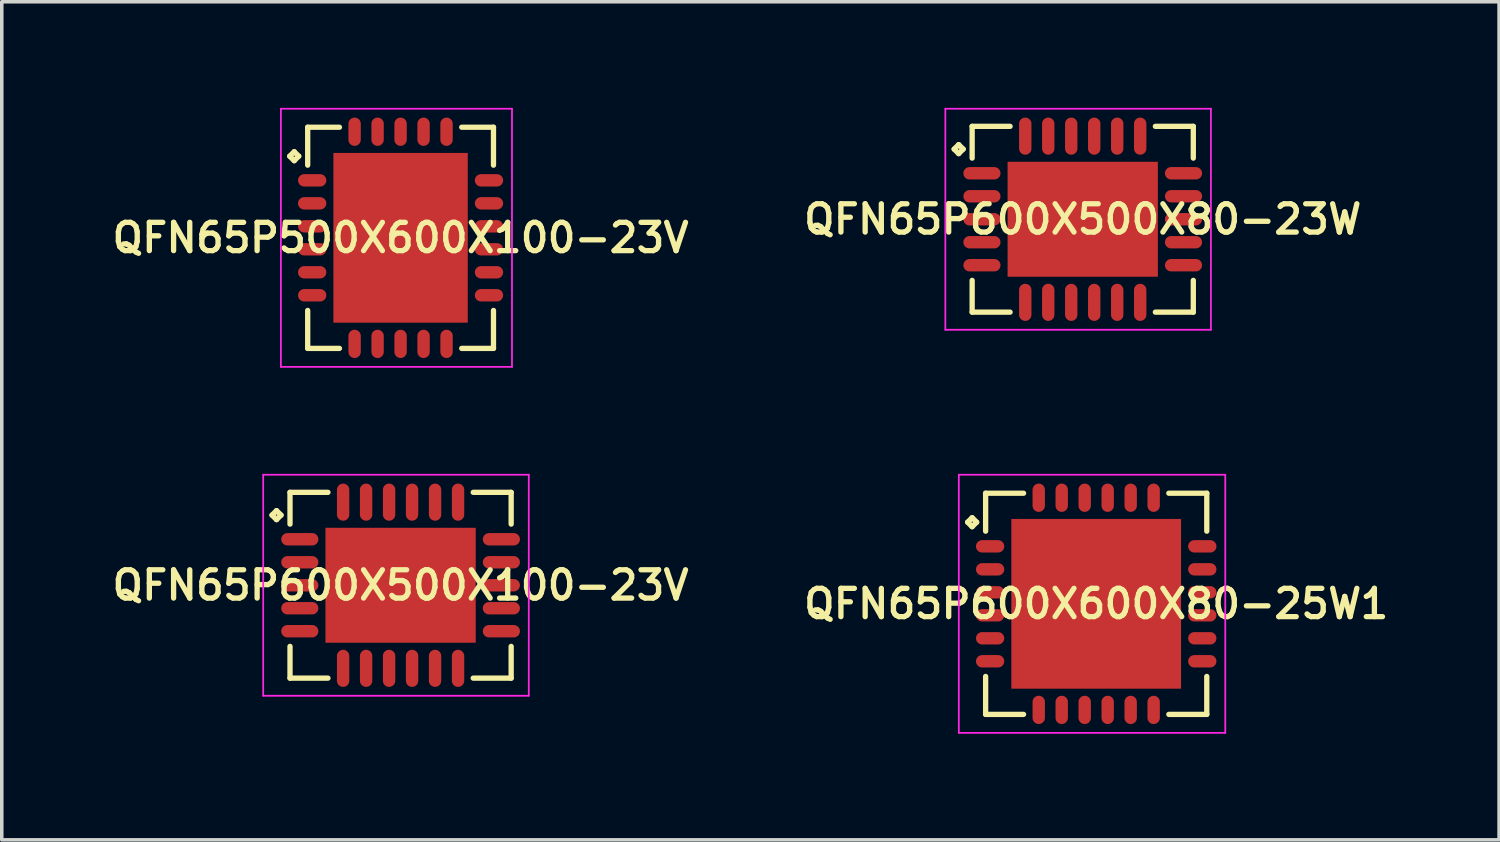
<source format=kicad_pcb>
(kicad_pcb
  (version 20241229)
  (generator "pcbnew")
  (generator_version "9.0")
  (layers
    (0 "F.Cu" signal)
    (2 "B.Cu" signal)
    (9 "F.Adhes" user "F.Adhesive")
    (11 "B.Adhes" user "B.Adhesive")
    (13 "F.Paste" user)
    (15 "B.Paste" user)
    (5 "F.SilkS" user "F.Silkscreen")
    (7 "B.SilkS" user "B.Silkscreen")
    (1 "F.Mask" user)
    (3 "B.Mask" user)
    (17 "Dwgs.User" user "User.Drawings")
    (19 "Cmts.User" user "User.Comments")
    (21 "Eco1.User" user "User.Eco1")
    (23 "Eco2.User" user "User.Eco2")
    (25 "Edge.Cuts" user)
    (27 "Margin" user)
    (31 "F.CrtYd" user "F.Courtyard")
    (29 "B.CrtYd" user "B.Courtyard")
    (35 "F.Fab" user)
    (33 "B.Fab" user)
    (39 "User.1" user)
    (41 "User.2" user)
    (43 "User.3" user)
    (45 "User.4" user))
  (footprint "QFN65P600X600X80-25W1"
    (layer "F.Cu")
    (at 27.949 14.025)
    (property "Reference" "QFN65P600X600X80-25W1" (at 0 0 0) (layer "F.SilkS") (effects (font (size 0.8 0.8) (thickness 0.15))))
    (attr smd)
    (fp_line (start -3.635 -2.308) (end -3.508 -2.435) (stroke (width 0.15) (type solid)) (layer "F.SilkS"))
    (fp_line (start -3.508 -2.435) (end -3.381 -2.308) (stroke (width 0.15) (type solid)) (layer "F.SilkS"))
    (fp_line (start -3.508 -2.181) (end -3.635 -2.308) (stroke (width 0.15) (type solid)) (layer "F.SilkS"))
    (fp_line (start -3.381 -2.308) (end -3.508 -2.181) (stroke (width 0.15) (type solid)) (layer "F.SilkS"))
    (fp_line (start -3.127 -3.127) (end -2.054 -3.127) (stroke (width 0.15) (type solid)) (layer "F.SilkS"))
    (fp_line (start -3.127 -2.054) (end -3.127 -3.127) (stroke (width 0.15) (type solid)) (layer "F.SilkS"))
    (fp_line (start -3.127 2.054) (end -3.127 3.127) (stroke (width 0.15) (type solid)) (layer "F.SilkS"))
    (fp_line (start -3.127 3.127) (end -2.054 3.127) (stroke (width 0.15) (type solid)) (layer "F.SilkS"))
    (fp_line (start 2.054 -3.127) (end 3.127 -3.127) (stroke (width 0.15) (type solid)) (layer "F.SilkS"))
    (fp_line (start 2.054 3.127) (end 3.127 3.127) (stroke (width 0.15) (type solid)) (layer "F.SilkS"))
    (fp_line (start 3.127 -3.127) (end 3.127 -2.054) (stroke (width 0.15) (type solid)) (layer "F.SilkS"))
    (fp_line (start 3.127 3.127) (end 3.127 2.054) (stroke (width 0.15) (type solid)) (layer "F.SilkS"))
    (fp_line (start -3.885 -3.65) (end 3.65 -3.65) (stroke (width 0.05) (type solid)) (layer "F.CrtYd"))
    (fp_line (start -3.885 3.65) (end -3.885 -3.65) (stroke (width 0.05) (type solid)) (layer "F.CrtYd"))
    (fp_line (start 3.65 -3.65) (end 3.65 3.65) (stroke (width 0.05) (type solid)) (layer "F.CrtYd"))
    (fp_line (start 3.65 3.65) (end -3.885 3.65) (stroke (width 0.05) (type solid)) (layer "F.CrtYd"))
    (pad "1" smd oval (at -3 -1.625) (size 0.8 0.35) (layers "F.Cu" "F.Mask" "F.Paste"))
    (pad "2" smd oval (at -3 -0.975) (size 0.8 0.35) (layers "F.Cu" "F.Mask" "F.Paste"))
    (pad "3" smd oval (at -3 -0.325) (size 0.8 0.35) (layers "F.Cu" "F.Mask" "F.Paste"))
    (pad "4" smd oval (at -3 0.325) (size 0.8 0.35) (layers "F.Cu" "F.Mask" "F.Paste"))
    (pad "5" smd oval (at -3 0.975) (size 0.8 0.35) (layers "F.Cu" "F.Mask" "F.Paste"))
    (pad "6" smd oval (at -3 1.625) (size 0.8 0.35) (layers "F.Cu" "F.Mask" "F.Paste"))
    (pad "7" smd oval (at -1.625 3) (size 0.35 0.8) (layers "F.Cu" "F.Mask" "F.Paste"))
    (pad "8" smd oval (at -0.975 3) (size 0.35 0.8) (layers "F.Cu" "F.Mask" "F.Paste"))
    (pad "9" smd oval (at -0.325 3) (size 0.35 0.8) (layers "F.Cu" "F.Mask" "F.Paste"))
    (pad "10" smd oval (at 0.325 3) (size 0.35 0.8) (layers "F.Cu" "F.Mask" "F.Paste"))
    (pad "11" smd oval (at 0.975 3) (size 0.35 0.8) (layers "F.Cu" "F.Mask" "F.Paste"))
    (pad "12" smd oval (at 1.625 3) (size 0.35 0.8) (layers "F.Cu" "F.Mask" "F.Paste"))
    (pad "13" smd oval (at 3 1.625) (size 0.8 0.35) (layers "F.Cu" "F.Mask" "F.Paste"))
    (pad "14" smd oval (at 3 0.975) (size 0.8 0.35) (layers "F.Cu" "F.Mask" "F.Paste"))
    (pad "15" smd oval (at 3 0.325) (size 0.8 0.35) (layers "F.Cu" "F.Mask" "F.Paste"))
    (pad "16" smd oval (at 3 -0.325) (size 0.8 0.35) (layers "F.Cu" "F.Mask" "F.Paste"))
    (pad "17" smd oval (at 3 -0.975) (size 0.8 0.35) (layers "F.Cu" "F.Mask" "F.Paste"))
    (pad "18" smd oval (at 3 -1.625) (size 0.8 0.35) (layers "F.Cu" "F.Mask" "F.Paste"))
    (pad "19" smd oval (at 1.625 -3) (size 0.35 0.8) (layers "F.Cu" "F.Mask" "F.Paste"))
    (pad "20" smd oval (at 0.975 -3) (size 0.35 0.8) (layers "F.Cu" "F.Mask" "F.Paste"))
    (pad "21" smd oval (at 0.325 -3) (size 0.35 0.8) (layers "F.Cu" "F.Mask" "F.Paste"))
    (pad "22" smd oval (at -0.325 -3) (size 0.35 0.8) (layers "F.Cu" "F.Mask" "F.Paste"))
    (pad "23" smd oval (at -0.975 -3) (size 0.35 0.8) (layers "F.Cu" "F.Mask" "F.Paste"))
    (pad "24" smd oval (at -1.625 -3) (size 0.35 0.8) (layers "F.Cu" "F.Mask" "F.Paste"))
    (pad "25" smd rect (at 0 0) (size 4.8 4.8) (layers "F.Cu" "F.Mask" "F.Paste")))
  (footprint "QFN65P600X500X80-23W"
    (layer "F.Cu")
    (at 27.568 3.15)
    (property "Reference" "QFN65P600X500X80-23W" (at 0 0 0) (layer "F.SilkS") (effects (font (size 0.8 0.8) (thickness 0.15))))
    (attr smd)
    (fp_line (start -3.635 -1.983) (end -3.508 -2.11) (stroke (width 0.15) (type solid)) (layer "F.SilkS"))
    (fp_line (start -3.508 -2.11) (end -3.381 -1.983) (stroke (width 0.15) (type solid)) (layer "F.SilkS"))
    (fp_line (start -3.508 -1.856) (end -3.635 -1.983) (stroke (width 0.15) (type solid)) (layer "F.SilkS"))
    (fp_line (start -3.381 -1.983) (end -3.508 -1.856) (stroke (width 0.15) (type solid)) (layer "F.SilkS"))
    (fp_line (start -3.127 -2.627) (end -2.054 -2.627) (stroke (width 0.15) (type solid)) (layer "F.SilkS"))
    (fp_line (start -3.127 -1.729) (end -3.127 -2.627) (stroke (width 0.15) (type solid)) (layer "F.SilkS"))
    (fp_line (start -3.127 1.729) (end -3.127 2.627) (stroke (width 0.15) (type solid)) (layer "F.SilkS"))
    (fp_line (start -3.127 2.627) (end -2.054 2.627) (stroke (width 0.15) (type solid)) (layer "F.SilkS"))
    (fp_line (start 2.054 -2.627) (end 3.127 -2.627) (stroke (width 0.15) (type solid)) (layer "F.SilkS"))
    (fp_line (start 2.054 2.627) (end 3.127 2.627) (stroke (width 0.15) (type solid)) (layer "F.SilkS"))
    (fp_line (start 3.127 -2.627) (end 3.127 -1.729) (stroke (width 0.15) (type solid)) (layer "F.SilkS"))
    (fp_line (start 3.127 2.627) (end 3.127 1.729) (stroke (width 0.15) (type solid)) (layer "F.SilkS"))
    (fp_line (start -3.885 -3.125) (end 3.625 -3.125) (stroke (width 0.05) (type solid)) (layer "F.CrtYd"))
    (fp_line (start -3.885 3.125) (end -3.885 -3.125) (stroke (width 0.05) (type solid)) (layer "F.CrtYd"))
    (fp_line (start 3.625 -3.125) (end 3.625 3.125) (stroke (width 0.05) (type solid)) (layer "F.CrtYd"))
    (fp_line (start 3.625 3.125) (end -3.885 3.125) (stroke (width 0.05) (type solid)) (layer "F.CrtYd"))
    (pad "1" smd oval (at -2.85 -1.3) (size 1.05 0.35) (layers "F.Cu" "F.Mask" "F.Paste"))
    (pad "2" smd oval (at -2.85 -0.65) (size 1.05 0.35) (layers "F.Cu" "F.Mask" "F.Paste"))
    (pad "3" smd oval (at -2.85 0) (size 1.05 0.35) (layers "F.Cu" "F.Mask" "F.Paste"))
    (pad "4" smd oval (at -2.85 0.65) (size 1.05 0.35) (layers "F.Cu" "F.Mask" "F.Paste"))
    (pad "5" smd oval (at -2.85 1.3) (size 1.05 0.35) (layers "F.Cu" "F.Mask" "F.Paste"))
    (pad "6" smd oval (at -1.625 2.35) (size 0.35 1.05) (layers "F.Cu" "F.Mask" "F.Paste"))
    (pad "7" smd oval (at -0.975 2.35) (size 0.35 1.05) (layers "F.Cu" "F.Mask" "F.Paste"))
    (pad "8" smd oval (at -0.325 2.35) (size 0.35 1.05) (layers "F.Cu" "F.Mask" "F.Paste"))
    (pad "9" smd oval (at 0.325 2.35) (size 0.35 1.05) (layers "F.Cu" "F.Mask" "F.Paste"))
    (pad "10" smd oval (at 0.975 2.35) (size 0.35 1.05) (layers "F.Cu" "F.Mask" "F.Paste"))
    (pad "11" smd oval (at 1.625 2.35) (size 0.35 1.05) (layers "F.Cu" "F.Mask" "F.Paste"))
    (pad "12" smd oval (at 2.85 1.3) (size 1.05 0.35) (layers "F.Cu" "F.Mask" "F.Paste"))
    (pad "13" smd oval (at 2.85 0.65) (size 1.05 0.35) (layers "F.Cu" "F.Mask" "F.Paste"))
    (pad "14" smd oval (at 2.85 0) (size 1.05 0.35) (layers "F.Cu" "F.Mask" "F.Paste"))
    (pad "15" smd oval (at 2.85 -0.65) (size 1.05 0.35) (layers "F.Cu" "F.Mask" "F.Paste"))
    (pad "16" smd oval (at 2.85 -1.3) (size 1.05 0.35) (layers "F.Cu" "F.Mask" "F.Paste"))
    (pad "17" smd oval (at 1.625 -2.35) (size 0.35 1.05) (layers "F.Cu" "F.Mask" "F.Paste"))
    (pad "18" smd oval (at 0.975 -2.35) (size 0.35 1.05) (layers "F.Cu" "F.Mask" "F.Paste"))
    (pad "19" smd oval (at 0.325 -2.35) (size 0.35 1.05) (layers "F.Cu" "F.Mask" "F.Paste"))
    (pad "20" smd oval (at -0.325 -2.35) (size 0.35 1.05) (layers "F.Cu" "F.Mask" "F.Paste"))
    (pad "21" smd oval (at -0.975 -2.35) (size 0.35 1.05) (layers "F.Cu" "F.Mask" "F.Paste"))
    (pad "22" smd oval (at -1.625 -2.35) (size 0.35 1.05) (layers "F.Cu" "F.Mask" "F.Paste"))
    (pad "23" smd rect (at 0 0) (size 4.25 3.25) (layers "F.Cu" "F.Mask" "F.Paste")))
  (footprint "QFN65P600X500X100-23V"
    (layer "F.Cu")
    (at 8.278 13.5)
    (property "Reference" "QFN65P600X500X100-23V" (at 0 0 0) (layer "F.SilkS") (effects (font (size 0.8 0.8) (thickness 0.15))))
    (attr smd)
    (fp_line (start -3.635 -1.983) (end -3.508 -2.11) (stroke (width 0.15) (type solid)) (layer "F.SilkS"))
    (fp_line (start -3.508 -2.11) (end -3.381 -1.983) (stroke (width 0.15) (type solid)) (layer "F.SilkS"))
    (fp_line (start -3.508 -1.856) (end -3.635 -1.983) (stroke (width 0.15) (type solid)) (layer "F.SilkS"))
    (fp_line (start -3.381 -1.983) (end -3.508 -1.856) (stroke (width 0.15) (type solid)) (layer "F.SilkS"))
    (fp_line (start -3.127 -2.627) (end -2.054 -2.627) (stroke (width 0.15) (type solid)) (layer "F.SilkS"))
    (fp_line (start -3.127 -1.729) (end -3.127 -2.627) (stroke (width 0.15) (type solid)) (layer "F.SilkS"))
    (fp_line (start -3.127 1.729) (end -3.127 2.627) (stroke (width 0.15) (type solid)) (layer "F.SilkS"))
    (fp_line (start -3.127 2.627) (end -2.054 2.627) (stroke (width 0.15) (type solid)) (layer "F.SilkS"))
    (fp_line (start 2.054 -2.627) (end 3.127 -2.627) (stroke (width 0.15) (type solid)) (layer "F.SilkS"))
    (fp_line (start 2.054 2.627) (end 3.127 2.627) (stroke (width 0.15) (type solid)) (layer "F.SilkS"))
    (fp_line (start 3.127 -2.627) (end 3.127 -1.729) (stroke (width 0.15) (type solid)) (layer "F.SilkS"))
    (fp_line (start 3.127 2.627) (end 3.127 1.729) (stroke (width 0.15) (type solid)) (layer "F.SilkS"))
    (fp_line (start -3.885 -3.125) (end 3.625 -3.125) (stroke (width 0.05) (type solid)) (layer "F.CrtYd"))
    (fp_line (start -3.885 3.125) (end -3.885 -3.125) (stroke (width 0.05) (type solid)) (layer "F.CrtYd"))
    (fp_line (start 3.625 -3.125) (end 3.625 3.125) (stroke (width 0.05) (type solid)) (layer "F.CrtYd"))
    (fp_line (start 3.625 3.125) (end -3.885 3.125) (stroke (width 0.05) (type solid)) (layer "F.CrtYd"))
    (pad "1" smd oval (at -2.85 -1.3) (size 1.05 0.35) (layers "F.Cu" "F.Mask" "F.Paste"))
    (pad "2" smd oval (at -2.85 -0.65) (size 1.05 0.35) (layers "F.Cu" "F.Mask" "F.Paste"))
    (pad "3" smd oval (at -2.85 0) (size 1.05 0.35) (layers "F.Cu" "F.Mask" "F.Paste"))
    (pad "4" smd oval (at -2.85 0.65) (size 1.05 0.35) (layers "F.Cu" "F.Mask" "F.Paste"))
    (pad "5" smd oval (at -2.85 1.3) (size 1.05 0.35) (layers "F.Cu" "F.Mask" "F.Paste"))
    (pad "6" smd oval (at -1.625 2.35) (size 0.35 1.05) (layers "F.Cu" "F.Mask" "F.Paste"))
    (pad "7" smd oval (at -0.975 2.35) (size 0.35 1.05) (layers "F.Cu" "F.Mask" "F.Paste"))
    (pad "8" smd oval (at -0.325 2.35) (size 0.35 1.05) (layers "F.Cu" "F.Mask" "F.Paste"))
    (pad "9" smd oval (at 0.325 2.35) (size 0.35 1.05) (layers "F.Cu" "F.Mask" "F.Paste"))
    (pad "10" smd oval (at 0.975 2.35) (size 0.35 1.05) (layers "F.Cu" "F.Mask" "F.Paste"))
    (pad "11" smd oval (at 1.625 2.35) (size 0.35 1.05) (layers "F.Cu" "F.Mask" "F.Paste"))
    (pad "12" smd oval (at 2.85 1.3) (size 1.05 0.35) (layers "F.Cu" "F.Mask" "F.Paste"))
    (pad "13" smd oval (at 2.85 0.65) (size 1.05 0.35) (layers "F.Cu" "F.Mask" "F.Paste"))
    (pad "14" smd oval (at 2.85 0) (size 1.05 0.35) (layers "F.Cu" "F.Mask" "F.Paste"))
    (pad "15" smd oval (at 2.85 -0.65) (size 1.05 0.35) (layers "F.Cu" "F.Mask" "F.Paste"))
    (pad "16" smd oval (at 2.85 -1.3) (size 1.05 0.35) (layers "F.Cu" "F.Mask" "F.Paste"))
    (pad "17" smd oval (at 1.625 -2.35) (size 0.35 1.05) (layers "F.Cu" "F.Mask" "F.Paste"))
    (pad "18" smd oval (at 0.975 -2.35) (size 0.35 1.05) (layers "F.Cu" "F.Mask" "F.Paste"))
    (pad "19" smd oval (at 0.325 -2.35) (size 0.35 1.05) (layers "F.Cu" "F.Mask" "F.Paste"))
    (pad "20" smd oval (at -0.325 -2.35) (size 0.35 1.05) (layers "F.Cu" "F.Mask" "F.Paste"))
    (pad "21" smd oval (at -0.975 -2.35) (size 0.35 1.05) (layers "F.Cu" "F.Mask" "F.Paste"))
    (pad "22" smd oval (at -1.625 -2.35) (size 0.35 1.05) (layers "F.Cu" "F.Mask" "F.Paste"))
    (pad "23" smd rect (at 0 0) (size 4.25 3.25) (layers "F.Cu" "F.Mask" "F.Paste")))
  (footprint "QFN65P500X600X100-23V"
    (layer "F.Cu")
    (at 8.278 3.675)
    (property "Reference" "QFN65P500X600X100-23V" (at 0 0 0) (layer "F.SilkS") (effects (font (size 0.8 0.8) (thickness 0.15))))
    (attr smd)
    (fp_line (start -3.135 -2.308) (end -3.008 -2.435) (stroke (width 0.15) (type solid)) (layer "F.SilkS"))
    (fp_line (start -3.008 -2.435) (end -2.881 -2.308) (stroke (width 0.15) (type solid)) (layer "F.SilkS"))
    (fp_line (start -3.008 -2.181) (end -3.135 -2.308) (stroke (width 0.15) (type solid)) (layer "F.SilkS"))
    (fp_line (start -2.881 -2.308) (end -3.008 -2.181) (stroke (width 0.15) (type solid)) (layer "F.SilkS"))
    (fp_line (start -2.627 -3.127) (end -1.729 -3.127) (stroke (width 0.15) (type solid)) (layer "F.SilkS"))
    (fp_line (start -2.627 -2.054) (end -2.627 -3.127) (stroke (width 0.15) (type solid)) (layer "F.SilkS"))
    (fp_line (start -2.627 2.054) (end -2.627 3.127) (stroke (width 0.15) (type solid)) (layer "F.SilkS"))
    (fp_line (start -2.627 3.127) (end -1.729 3.127) (stroke (width 0.15) (type solid)) (layer "F.SilkS"))
    (fp_line (start 1.729 -3.127) (end 2.627 -3.127) (stroke (width 0.15) (type solid)) (layer "F.SilkS"))
    (fp_line (start 1.729 3.127) (end 2.627 3.127) (stroke (width 0.15) (type solid)) (layer "F.SilkS"))
    (fp_line (start 2.627 -3.127) (end 2.627 -2.054) (stroke (width 0.15) (type solid)) (layer "F.SilkS"))
    (fp_line (start 2.627 3.127) (end 2.627 2.054) (stroke (width 0.15) (type solid)) (layer "F.SilkS"))
    (fp_line (start -3.385 -3.65) (end 3.15 -3.65) (stroke (width 0.05) (type solid)) (layer "F.CrtYd"))
    (fp_line (start -3.385 3.65) (end -3.385 -3.65) (stroke (width 0.05) (type solid)) (layer "F.CrtYd"))
    (fp_line (start 3.15 -3.65) (end 3.15 3.65) (stroke (width 0.05) (type solid)) (layer "F.CrtYd"))
    (fp_line (start 3.15 3.65) (end -3.385 3.65) (stroke (width 0.05) (type solid)) (layer "F.CrtYd"))
    (pad "1" smd oval (at -2.5 -1.625) (size 0.8 0.35) (layers "F.Cu" "F.Mask" "F.Paste"))
    (pad "2" smd oval (at -2.5 -0.975) (size 0.8 0.35) (layers "F.Cu" "F.Mask" "F.Paste"))
    (pad "3" smd oval (at -2.5 -0.325) (size 0.8 0.35) (layers "F.Cu" "F.Mask" "F.Paste"))
    (pad "4" smd oval (at -2.5 0.325) (size 0.8 0.35) (layers "F.Cu" "F.Mask" "F.Paste"))
    (pad "5" smd oval (at -2.5 0.975) (size 0.8 0.35) (layers "F.Cu" "F.Mask" "F.Paste"))
    (pad "6" smd oval (at -2.5 1.625) (size 0.8 0.35) (layers "F.Cu" "F.Mask" "F.Paste"))
    (pad "7" smd oval (at -1.3 3) (size 0.35 0.8) (layers "F.Cu" "F.Mask" "F.Paste"))
    (pad "8" smd oval (at -0.65 3) (size 0.35 0.8) (layers "F.Cu" "F.Mask" "F.Paste"))
    (pad "9" smd oval (at 0 3) (size 0.35 0.8) (layers "F.Cu" "F.Mask" "F.Paste"))
    (pad "10" smd oval (at 0.65 3) (size 0.35 0.8) (layers "F.Cu" "F.Mask" "F.Paste"))
    (pad "11" smd oval (at 1.3 3) (size 0.35 0.8) (layers "F.Cu" "F.Mask" "F.Paste"))
    (pad "12" smd oval (at 2.5 1.625) (size 0.8 0.35) (layers "F.Cu" "F.Mask" "F.Paste"))
    (pad "13" smd oval (at 2.5 0.975) (size 0.8 0.35) (layers "F.Cu" "F.Mask" "F.Paste"))
    (pad "14" smd oval (at 2.5 0.325) (size 0.8 0.35) (layers "F.Cu" "F.Mask" "F.Paste"))
    (pad "15" smd oval (at 2.5 -0.325) (size 0.8 0.35) (layers "F.Cu" "F.Mask" "F.Paste"))
    (pad "16" smd oval (at 2.5 -0.975) (size 0.8 0.35) (layers "F.Cu" "F.Mask" "F.Paste"))
    (pad "17" smd oval (at 2.5 -1.625) (size 0.8 0.35) (layers "F.Cu" "F.Mask" "F.Paste"))
    (pad "18" smd oval (at 1.3 -3) (size 0.35 0.8) (layers "F.Cu" "F.Mask" "F.Paste"))
    (pad "19" smd oval (at 0.65 -3) (size 0.35 0.8) (layers "F.Cu" "F.Mask" "F.Paste"))
    (pad "20" smd oval (at 0 -3) (size 0.35 0.8) (layers "F.Cu" "F.Mask" "F.Paste"))
    (pad "21" smd oval (at -0.65 -3) (size 0.35 0.8) (layers "F.Cu" "F.Mask" "F.Paste"))
    (pad "22" smd oval (at -1.3 -3) (size 0.35 0.8) (layers "F.Cu" "F.Mask" "F.Paste"))
    (pad "23" smd rect (at 0 0) (size 3.8 4.8) (layers "F.Cu" "F.Mask" "F.Paste")))
  (gr_rect
    (start -3 -3)
    (end 39.342 20.7)
    (stroke (width 0.1) (type default))
    (fill no)
    (layer "Edge.Cuts")))
</source>
